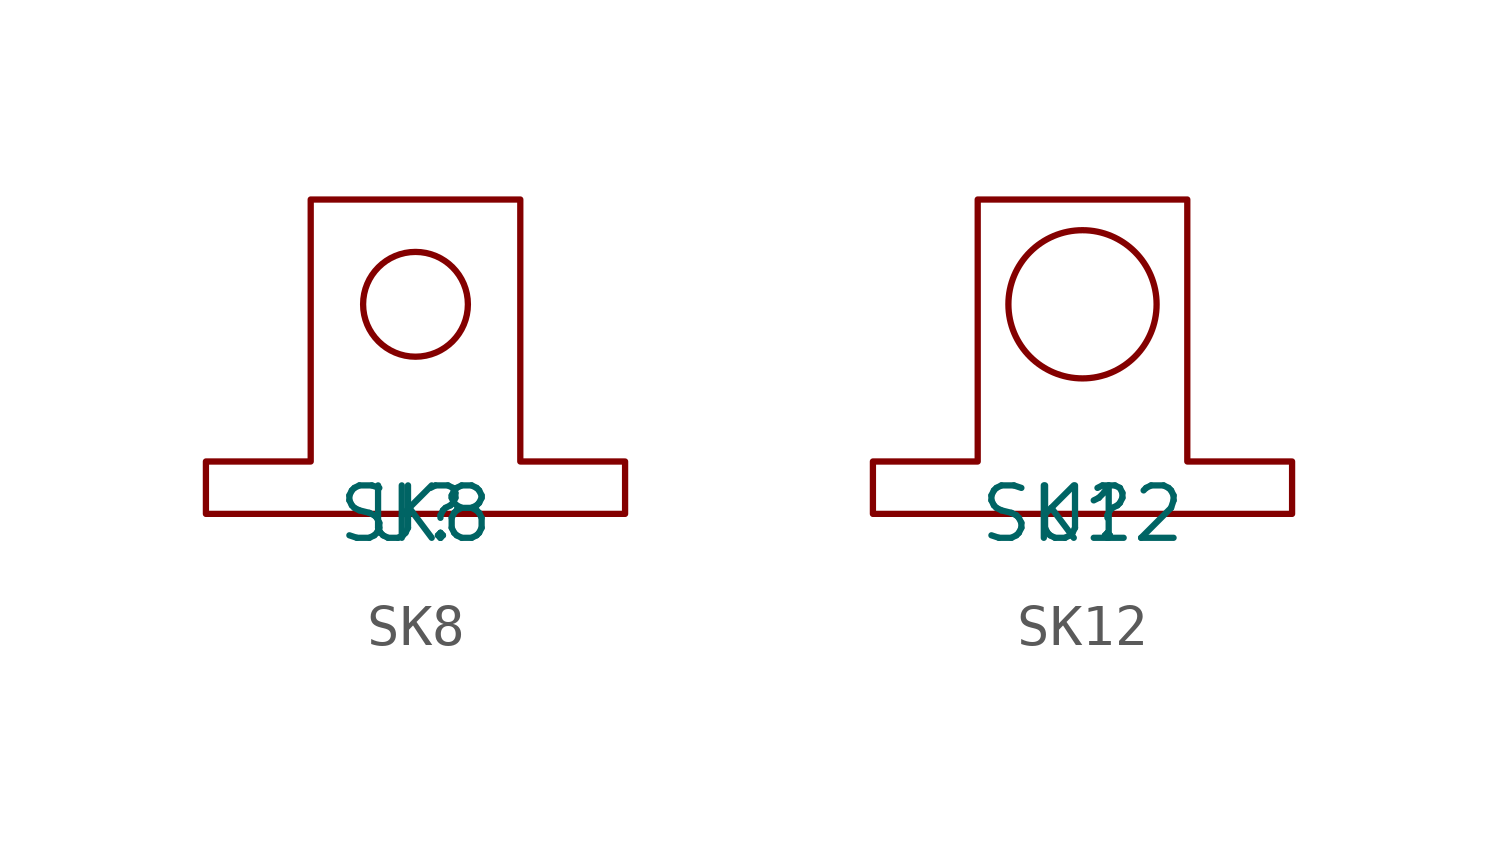
<source format=kicad_sym>
(kicad_symbol_lib
  (version 20211014)
  (generator kicad_symbol_editor)
  (symbol "SK8"
    (property "Reference" "U"
      (at 0 0 0)
      (effects (font (size 1.27 1.27))))
    (property "Value" "SK8"
      (at 0 0 0)
      (effects (font (size 1.27 1.27))))
    (symbol "SK8_0_1"
      (polyline (pts (xy -5.08 0) (xy 5.08 0) (xy 5.08 1.27) (xy 2.54 1.27) (xy 2.54 7.62) (xy -2.54 7.62) (xy -2.54 1.27) (xy -5.08 1.27) (xy -5.08 0)) (stroke (width 0) (type default) (color 0 0 0 0)) (fill (type none)))
      (circle (center 0 5.08) (radius 1.27) (stroke (width 0) (type default) (color 0 0 0 0)) (fill (type none)))))
  (symbol "SK12"
    (property "Reference" "U"
      (at 0 0 0)
      (effects (font (size 1.27 1.27))))
    (property "Value" "SK12"
      (at 0 0 0)
      (effects (font (size 1.27 1.27))))
    (symbol "SK12_0_1"
      (polyline (pts (xy -5.08 0) (xy 5.08 0) (xy 5.08 1.27) (xy 2.54 1.27) (xy 2.54 7.62) (xy -2.54 7.62) (xy -2.54 1.27) (xy -5.08 1.27) (xy -5.08 0)) (stroke (width 0) (type default) (color 0 0 0 0)) (fill (type none)))
      (circle (center 0 5.08) (radius 1.796) (stroke (width 0) (type default) (color 0 0 0 0)) (fill (type none))))))
</source>
